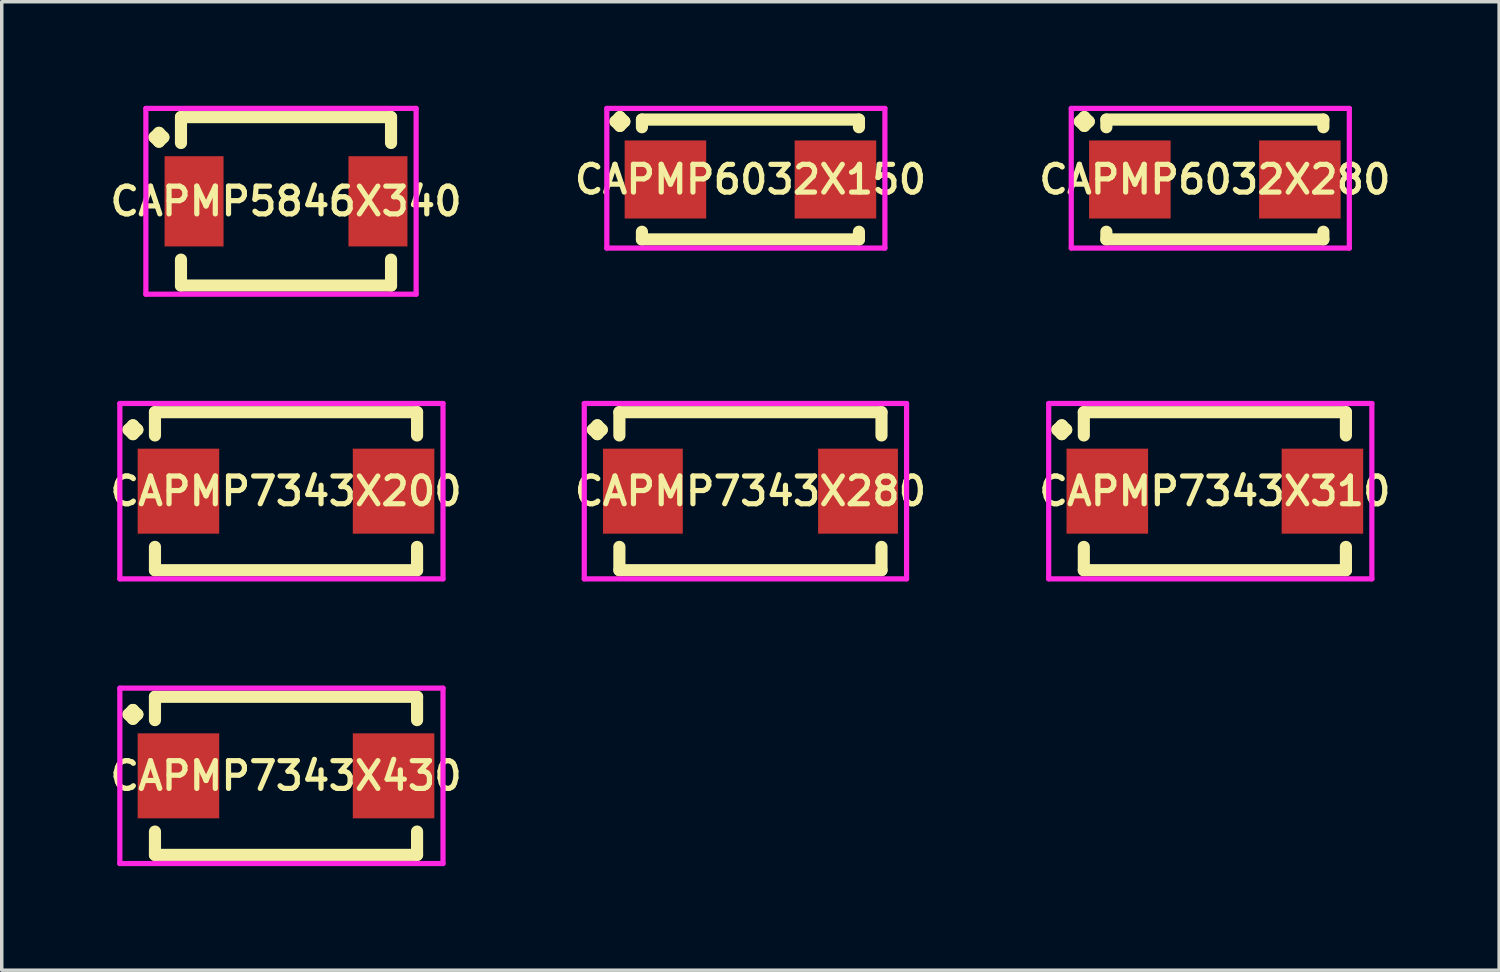
<source format=kicad_pcb>
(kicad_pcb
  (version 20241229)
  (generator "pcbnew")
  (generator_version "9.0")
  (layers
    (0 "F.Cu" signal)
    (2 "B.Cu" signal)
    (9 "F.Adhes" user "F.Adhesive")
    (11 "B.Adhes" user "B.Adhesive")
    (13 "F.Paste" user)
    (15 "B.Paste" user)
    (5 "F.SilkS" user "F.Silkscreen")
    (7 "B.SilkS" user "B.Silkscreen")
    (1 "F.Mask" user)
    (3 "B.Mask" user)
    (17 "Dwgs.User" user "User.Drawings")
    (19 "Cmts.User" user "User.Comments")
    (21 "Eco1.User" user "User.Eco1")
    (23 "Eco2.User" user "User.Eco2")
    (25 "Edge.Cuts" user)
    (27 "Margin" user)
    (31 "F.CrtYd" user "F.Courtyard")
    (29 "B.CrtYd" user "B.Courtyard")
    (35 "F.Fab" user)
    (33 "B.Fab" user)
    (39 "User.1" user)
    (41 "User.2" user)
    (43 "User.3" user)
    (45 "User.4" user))
  (footprint "CAPMP7343X310"
    (layer "F.Cu")
    (at 31.963 11.106)
    (property "Reference" "CAPMP7343X310" (at 0 0 0) (layer "F.SilkS") (effects (font (size 0.8 0.8) (thickness 0.15))))
    (attr smd)
    (fp_line (start -4.539 -1.771) (end -4.412 -1.898) (stroke (width 0.35) (type solid)) (layer "F.SilkS"))
    (fp_line (start -4.412 -1.898) (end -4.285 -1.771) (stroke (width 0.35) (type solid)) (layer "F.SilkS"))
    (fp_line (start -4.412 -1.644) (end -4.539 -1.771) (stroke (width 0.35) (type solid)) (layer "F.SilkS"))
    (fp_line (start -4.285 -1.771) (end -4.412 -1.644) (stroke (width 0.35) (type solid)) (layer "F.SilkS"))
    (fp_line (start -3.777 -2.277) (end 3.777 -2.277) (stroke (width 0.35) (type solid)) (layer "F.SilkS"))
    (fp_line (start -3.777 -1.606) (end -3.777 -2.277) (stroke (width 0.35) (type solid)) (layer "F.SilkS"))
    (fp_line (start -3.777 1.606) (end -3.777 2.277) (stroke (width 0.35) (type solid)) (layer "F.SilkS"))
    (fp_line (start -3.777 2.277) (end 3.777 2.277) (stroke (width 0.35) (type solid)) (layer "F.SilkS"))
    (fp_line (start 3.777 -2.277) (end 3.777 -1.606) (stroke (width 0.35) (type solid)) (layer "F.SilkS"))
    (fp_line (start 3.777 2.277) (end 3.777 1.606) (stroke (width 0.35) (type solid)) (layer "F.SilkS"))
    (fp_line (start -4.789 -2.527) (end 4.525 -2.527) (stroke (width 0.15) (type solid)) (layer "F.CrtYd"))
    (fp_line (start -4.789 2.527) (end -4.789 -2.527) (stroke (width 0.15) (type solid)) (layer "F.CrtYd"))
    (fp_line (start 4.525 -2.527) (end 4.525 2.527) (stroke (width 0.15) (type solid)) (layer "F.CrtYd"))
    (fp_line (start 4.525 2.527) (end -4.789 2.527) (stroke (width 0.15) (type solid)) (layer "F.CrtYd"))
    (pad "1" smd rect (at -3.1 0) (size 2.35 2.45) (layers "F.Cu" "F.Mask" "F.Paste"))
    (pad "2" smd rect (at 3.1 0) (size 2.35 2.45) (layers "F.Cu" "F.Mask" "F.Paste")))
  (footprint "CAPMP6032X150"
    (layer "F.Cu")
    (at 18.578 2.123)
    (property "Reference" "CAPMP6032X150" (at 0 0 0) (layer "F.SilkS") (effects (font (size 0.8 0.8) (thickness 0.15))))
    (attr smd)
    (fp_line (start -3.889 -1.671) (end -3.762 -1.798) (stroke (width 0.35) (type solid)) (layer "F.SilkS"))
    (fp_line (start -3.762 -1.798) (end -3.635 -1.671) (stroke (width 0.35) (type solid)) (layer "F.SilkS"))
    (fp_line (start -3.762 -1.544) (end -3.889 -1.671) (stroke (width 0.35) (type solid)) (layer "F.SilkS"))
    (fp_line (start -3.635 -1.671) (end -3.762 -1.544) (stroke (width 0.35) (type solid)) (layer "F.SilkS"))
    (fp_line (start -3.127 -1.727) (end 3.127 -1.727) (stroke (width 0.35) (type solid)) (layer "F.SilkS"))
    (fp_line (start -3.127 -1.506) (end -3.127 -1.727) (stroke (width 0.35) (type solid)) (layer "F.SilkS"))
    (fp_line (start -3.127 1.506) (end -3.127 1.727) (stroke (width 0.35) (type solid)) (layer "F.SilkS"))
    (fp_line (start -3.127 1.727) (end 3.127 1.727) (stroke (width 0.35) (type solid)) (layer "F.SilkS"))
    (fp_line (start 3.127 -1.727) (end 3.127 -1.506) (stroke (width 0.35) (type solid)) (layer "F.SilkS"))
    (fp_line (start 3.127 1.727) (end 3.127 1.506) (stroke (width 0.35) (type solid)) (layer "F.SilkS"))
    (fp_line (start -4.139 -2.048) (end 3.875 -2.048) (stroke (width 0.15) (type solid)) (layer "F.CrtYd"))
    (fp_line (start -4.139 1.977) (end -4.139 -2.048) (stroke (width 0.15) (type solid)) (layer "F.CrtYd"))
    (fp_line (start 3.875 -2.048) (end 3.875 1.977) (stroke (width 0.15) (type solid)) (layer "F.CrtYd"))
    (fp_line (start 3.875 1.977) (end -4.139 1.977) (stroke (width 0.15) (type solid)) (layer "F.CrtYd"))
    (pad "1" smd rect (at -2.45 0) (size 2.35 2.25) (layers "F.Cu" "F.Mask" "F.Paste"))
    (pad "2" smd rect (at 2.45 0) (size 2.35 2.25) (layers "F.Cu" "F.Mask" "F.Paste")))
  (footprint "CAPMP7343X280"
    (layer "F.Cu")
    (at 18.578 11.106)
    (property "Reference" "CAPMP7343X280" (at 0 0 0) (layer "F.SilkS") (effects (font (size 0.8 0.8) (thickness 0.15))))
    (attr smd)
    (fp_line (start -4.539 -1.771) (end -4.412 -1.898) (stroke (width 0.35) (type solid)) (layer "F.SilkS"))
    (fp_line (start -4.412 -1.898) (end -4.285 -1.771) (stroke (width 0.35) (type solid)) (layer "F.SilkS"))
    (fp_line (start -4.412 -1.644) (end -4.539 -1.771) (stroke (width 0.35) (type solid)) (layer "F.SilkS"))
    (fp_line (start -4.285 -1.771) (end -4.412 -1.644) (stroke (width 0.35) (type solid)) (layer "F.SilkS"))
    (fp_line (start -3.777 -2.277) (end 3.777 -2.277) (stroke (width 0.35) (type solid)) (layer "F.SilkS"))
    (fp_line (start -3.777 -1.606) (end -3.777 -2.277) (stroke (width 0.35) (type solid)) (layer "F.SilkS"))
    (fp_line (start -3.777 1.606) (end -3.777 2.277) (stroke (width 0.35) (type solid)) (layer "F.SilkS"))
    (fp_line (start -3.777 2.277) (end 3.777 2.277) (stroke (width 0.35) (type solid)) (layer "F.SilkS"))
    (fp_line (start 3.777 -2.277) (end 3.777 -1.606) (stroke (width 0.35) (type solid)) (layer "F.SilkS"))
    (fp_line (start 3.777 2.277) (end 3.777 1.606) (stroke (width 0.35) (type solid)) (layer "F.SilkS"))
    (fp_line (start -4.789 -2.527) (end 4.5 -2.527) (stroke (width 0.15) (type solid)) (layer "F.CrtYd"))
    (fp_line (start -4.789 2.527) (end -4.789 -2.527) (stroke (width 0.15) (type solid)) (layer "F.CrtYd"))
    (fp_line (start 4.5 -2.527) (end 4.5 2.527) (stroke (width 0.15) (type solid)) (layer "F.CrtYd"))
    (fp_line (start 4.5 2.527) (end -4.789 2.527) (stroke (width 0.15) (type solid)) (layer "F.CrtYd"))
    (pad "1" smd rect (at -3.1 0) (size 2.3 2.45) (layers "F.Cu" "F.Mask" "F.Paste"))
    (pad "2" smd rect (at 3.1 0) (size 2.3 2.45) (layers "F.Cu" "F.Mask" "F.Paste")))
  (footprint "CAPMP7343X430"
    (layer "F.Cu")
    (at 5.193 19.31)
    (property "Reference" "CAPMP7343X430" (at 0 0 0) (layer "F.SilkS") (effects (font (size 0.8 0.8) (thickness 0.15))))
    (attr smd)
    (fp_line (start -4.539 -1.771) (end -4.412 -1.898) (stroke (width 0.35) (type solid)) (layer "F.SilkS"))
    (fp_line (start -4.412 -1.898) (end -4.285 -1.771) (stroke (width 0.35) (type solid)) (layer "F.SilkS"))
    (fp_line (start -4.412 -1.644) (end -4.539 -1.771) (stroke (width 0.35) (type solid)) (layer "F.SilkS"))
    (fp_line (start -4.285 -1.771) (end -4.412 -1.644) (stroke (width 0.35) (type solid)) (layer "F.SilkS"))
    (fp_line (start -3.777 -2.277) (end 3.777 -2.277) (stroke (width 0.35) (type solid)) (layer "F.SilkS"))
    (fp_line (start -3.777 -1.606) (end -3.777 -2.277) (stroke (width 0.35) (type solid)) (layer "F.SilkS"))
    (fp_line (start -3.777 1.606) (end -3.777 2.277) (stroke (width 0.35) (type solid)) (layer "F.SilkS"))
    (fp_line (start -3.777 2.277) (end 3.777 2.277) (stroke (width 0.35) (type solid)) (layer "F.SilkS"))
    (fp_line (start 3.777 -2.277) (end 3.777 -1.606) (stroke (width 0.35) (type solid)) (layer "F.SilkS"))
    (fp_line (start 3.777 2.277) (end 3.777 1.606) (stroke (width 0.35) (type solid)) (layer "F.SilkS"))
    (fp_line (start -4.789 -2.527) (end 4.525 -2.527) (stroke (width 0.15) (type solid)) (layer "F.CrtYd"))
    (fp_line (start -4.789 2.527) (end -4.789 -2.527) (stroke (width 0.15) (type solid)) (layer "F.CrtYd"))
    (fp_line (start 4.525 -2.527) (end 4.525 2.527) (stroke (width 0.15) (type solid)) (layer "F.CrtYd"))
    (fp_line (start 4.525 2.527) (end -4.789 2.527) (stroke (width 0.15) (type solid)) (layer "F.CrtYd"))
    (pad "1" smd rect (at -3.1 0) (size 2.35 2.45) (layers "F.Cu" "F.Mask" "F.Paste"))
    (pad "2" smd rect (at 3.1 0) (size 2.35 2.45) (layers "F.Cu" "F.Mask" "F.Paste")))
  (footprint "CAPMP5846X340"
    (layer "F.Cu")
    (at 5.193 2.752)
    (property "Reference" "CAPMP5846X340" (at 0 0 0) (layer "F.SilkS") (effects (font (size 0.8 0.8) (thickness 0.15))))
    (attr smd)
    (fp_line (start -3.789 -1.846) (end -3.662 -1.973) (stroke (width 0.35) (type solid)) (layer "F.SilkS"))
    (fp_line (start -3.662 -1.973) (end -3.535 -1.846) (stroke (width 0.35) (type solid)) (layer "F.SilkS"))
    (fp_line (start -3.662 -1.719) (end -3.789 -1.846) (stroke (width 0.35) (type solid)) (layer "F.SilkS"))
    (fp_line (start -3.535 -1.846) (end -3.662 -1.719) (stroke (width 0.35) (type solid)) (layer "F.SilkS"))
    (fp_line (start -3.027 -2.427) (end 3.027 -2.427) (stroke (width 0.35) (type solid)) (layer "F.SilkS"))
    (fp_line (start -3.027 -1.681) (end -3.027 -2.427) (stroke (width 0.35) (type solid)) (layer "F.SilkS"))
    (fp_line (start -3.027 1.681) (end -3.027 2.427) (stroke (width 0.35) (type solid)) (layer "F.SilkS"))
    (fp_line (start -3.027 2.427) (end 3.027 2.427) (stroke (width 0.35) (type solid)) (layer "F.SilkS"))
    (fp_line (start 3.027 -2.427) (end 3.027 -1.681) (stroke (width 0.35) (type solid)) (layer "F.SilkS"))
    (fp_line (start 3.027 2.427) (end 3.027 1.681) (stroke (width 0.35) (type solid)) (layer "F.SilkS"))
    (fp_line (start -4.039 -2.677) (end 3.75 -2.677) (stroke (width 0.15) (type solid)) (layer "F.CrtYd"))
    (fp_line (start -4.039 2.677) (end -4.039 -2.677) (stroke (width 0.15) (type solid)) (layer "F.CrtYd"))
    (fp_line (start 3.75 -2.677) (end 3.75 2.677) (stroke (width 0.15) (type solid)) (layer "F.CrtYd"))
    (fp_line (start 3.75 2.677) (end -4.039 2.677) (stroke (width 0.15) (type solid)) (layer "F.CrtYd"))
    (pad "1" smd rect (at -2.65 0) (size 1.7 2.6) (layers "F.Cu" "F.Mask" "F.Paste"))
    (pad "2" smd rect (at 2.65 0) (size 1.7 2.6) (layers "F.Cu" "F.Mask" "F.Paste")))
  (footprint "CAPMP6032X280"
    (layer "F.Cu")
    (at 31.963 2.123)
    (property "Reference" "CAPMP6032X280" (at 0 0 0) (layer "F.SilkS") (effects (font (size 0.8 0.8) (thickness 0.15))))
    (attr smd)
    (fp_line (start -3.889 -1.671) (end -3.762 -1.798) (stroke (width 0.35) (type solid)) (layer "F.SilkS"))
    (fp_line (start -3.762 -1.798) (end -3.635 -1.671) (stroke (width 0.35) (type solid)) (layer "F.SilkS"))
    (fp_line (start -3.762 -1.544) (end -3.889 -1.671) (stroke (width 0.35) (type solid)) (layer "F.SilkS"))
    (fp_line (start -3.635 -1.671) (end -3.762 -1.544) (stroke (width 0.35) (type solid)) (layer "F.SilkS"))
    (fp_line (start -3.127 -1.727) (end 3.127 -1.727) (stroke (width 0.35) (type solid)) (layer "F.SilkS"))
    (fp_line (start -3.127 -1.506) (end -3.127 -1.727) (stroke (width 0.35) (type solid)) (layer "F.SilkS"))
    (fp_line (start -3.127 1.506) (end -3.127 1.727) (stroke (width 0.35) (type solid)) (layer "F.SilkS"))
    (fp_line (start -3.127 1.727) (end 3.127 1.727) (stroke (width 0.35) (type solid)) (layer "F.SilkS"))
    (fp_line (start 3.127 -1.727) (end 3.127 -1.506) (stroke (width 0.35) (type solid)) (layer "F.SilkS"))
    (fp_line (start 3.127 1.727) (end 3.127 1.506) (stroke (width 0.35) (type solid)) (layer "F.SilkS"))
    (fp_line (start -4.139 -2.048) (end 3.875 -2.048) (stroke (width 0.15) (type solid)) (layer "F.CrtYd"))
    (fp_line (start -4.139 1.977) (end -4.139 -2.048) (stroke (width 0.15) (type solid)) (layer "F.CrtYd"))
    (fp_line (start 3.875 -2.048) (end 3.875 1.977) (stroke (width 0.15) (type solid)) (layer "F.CrtYd"))
    (fp_line (start 3.875 1.977) (end -4.139 1.977) (stroke (width 0.15) (type solid)) (layer "F.CrtYd"))
    (pad "1" smd rect (at -2.45 0) (size 2.35 2.25) (layers "F.Cu" "F.Mask" "F.Paste"))
    (pad "2" smd rect (at 2.45 0) (size 2.35 2.25) (layers "F.Cu" "F.Mask" "F.Paste")))
  (footprint "CAPMP7343X200"
    (layer "F.Cu")
    (at 5.193 11.106)
    (property "Reference" "CAPMP7343X200" (at 0 0 0) (layer "F.SilkS") (effects (font (size 0.8 0.8) (thickness 0.15))))
    (attr smd)
    (fp_line (start -4.539 -1.771) (end -4.412 -1.898) (stroke (width 0.35) (type solid)) (layer "F.SilkS"))
    (fp_line (start -4.412 -1.898) (end -4.285 -1.771) (stroke (width 0.35) (type solid)) (layer "F.SilkS"))
    (fp_line (start -4.412 -1.644) (end -4.539 -1.771) (stroke (width 0.35) (type solid)) (layer "F.SilkS"))
    (fp_line (start -4.285 -1.771) (end -4.412 -1.644) (stroke (width 0.35) (type solid)) (layer "F.SilkS"))
    (fp_line (start -3.777 -2.277) (end 3.777 -2.277) (stroke (width 0.35) (type solid)) (layer "F.SilkS"))
    (fp_line (start -3.777 -1.606) (end -3.777 -2.277) (stroke (width 0.35) (type solid)) (layer "F.SilkS"))
    (fp_line (start -3.777 1.606) (end -3.777 2.277) (stroke (width 0.35) (type solid)) (layer "F.SilkS"))
    (fp_line (start -3.777 2.277) (end 3.777 2.277) (stroke (width 0.35) (type solid)) (layer "F.SilkS"))
    (fp_line (start 3.777 -2.277) (end 3.777 -1.606) (stroke (width 0.35) (type solid)) (layer "F.SilkS"))
    (fp_line (start 3.777 2.277) (end 3.777 1.606) (stroke (width 0.35) (type solid)) (layer "F.SilkS"))
    (fp_line (start -4.789 -2.527) (end 4.525 -2.527) (stroke (width 0.15) (type solid)) (layer "F.CrtYd"))
    (fp_line (start -4.789 2.527) (end -4.789 -2.527) (stroke (width 0.15) (type solid)) (layer "F.CrtYd"))
    (fp_line (start 4.525 -2.527) (end 4.525 2.527) (stroke (width 0.15) (type solid)) (layer "F.CrtYd"))
    (fp_line (start 4.525 2.527) (end -4.789 2.527) (stroke (width 0.15) (type solid)) (layer "F.CrtYd"))
    (pad "1" smd rect (at -3.1 0) (size 2.35 2.45) (layers "F.Cu" "F.Mask" "F.Paste"))
    (pad "2" smd rect (at 3.1 0) (size 2.35 2.45) (layers "F.Cu" "F.Mask" "F.Paste")))
  (gr_rect
    (start -3 -3)
    (end 40.156 24.912)
    (stroke (width 0.1) (type default))
    (fill no)
    (layer "Edge.Cuts")))
</source>
